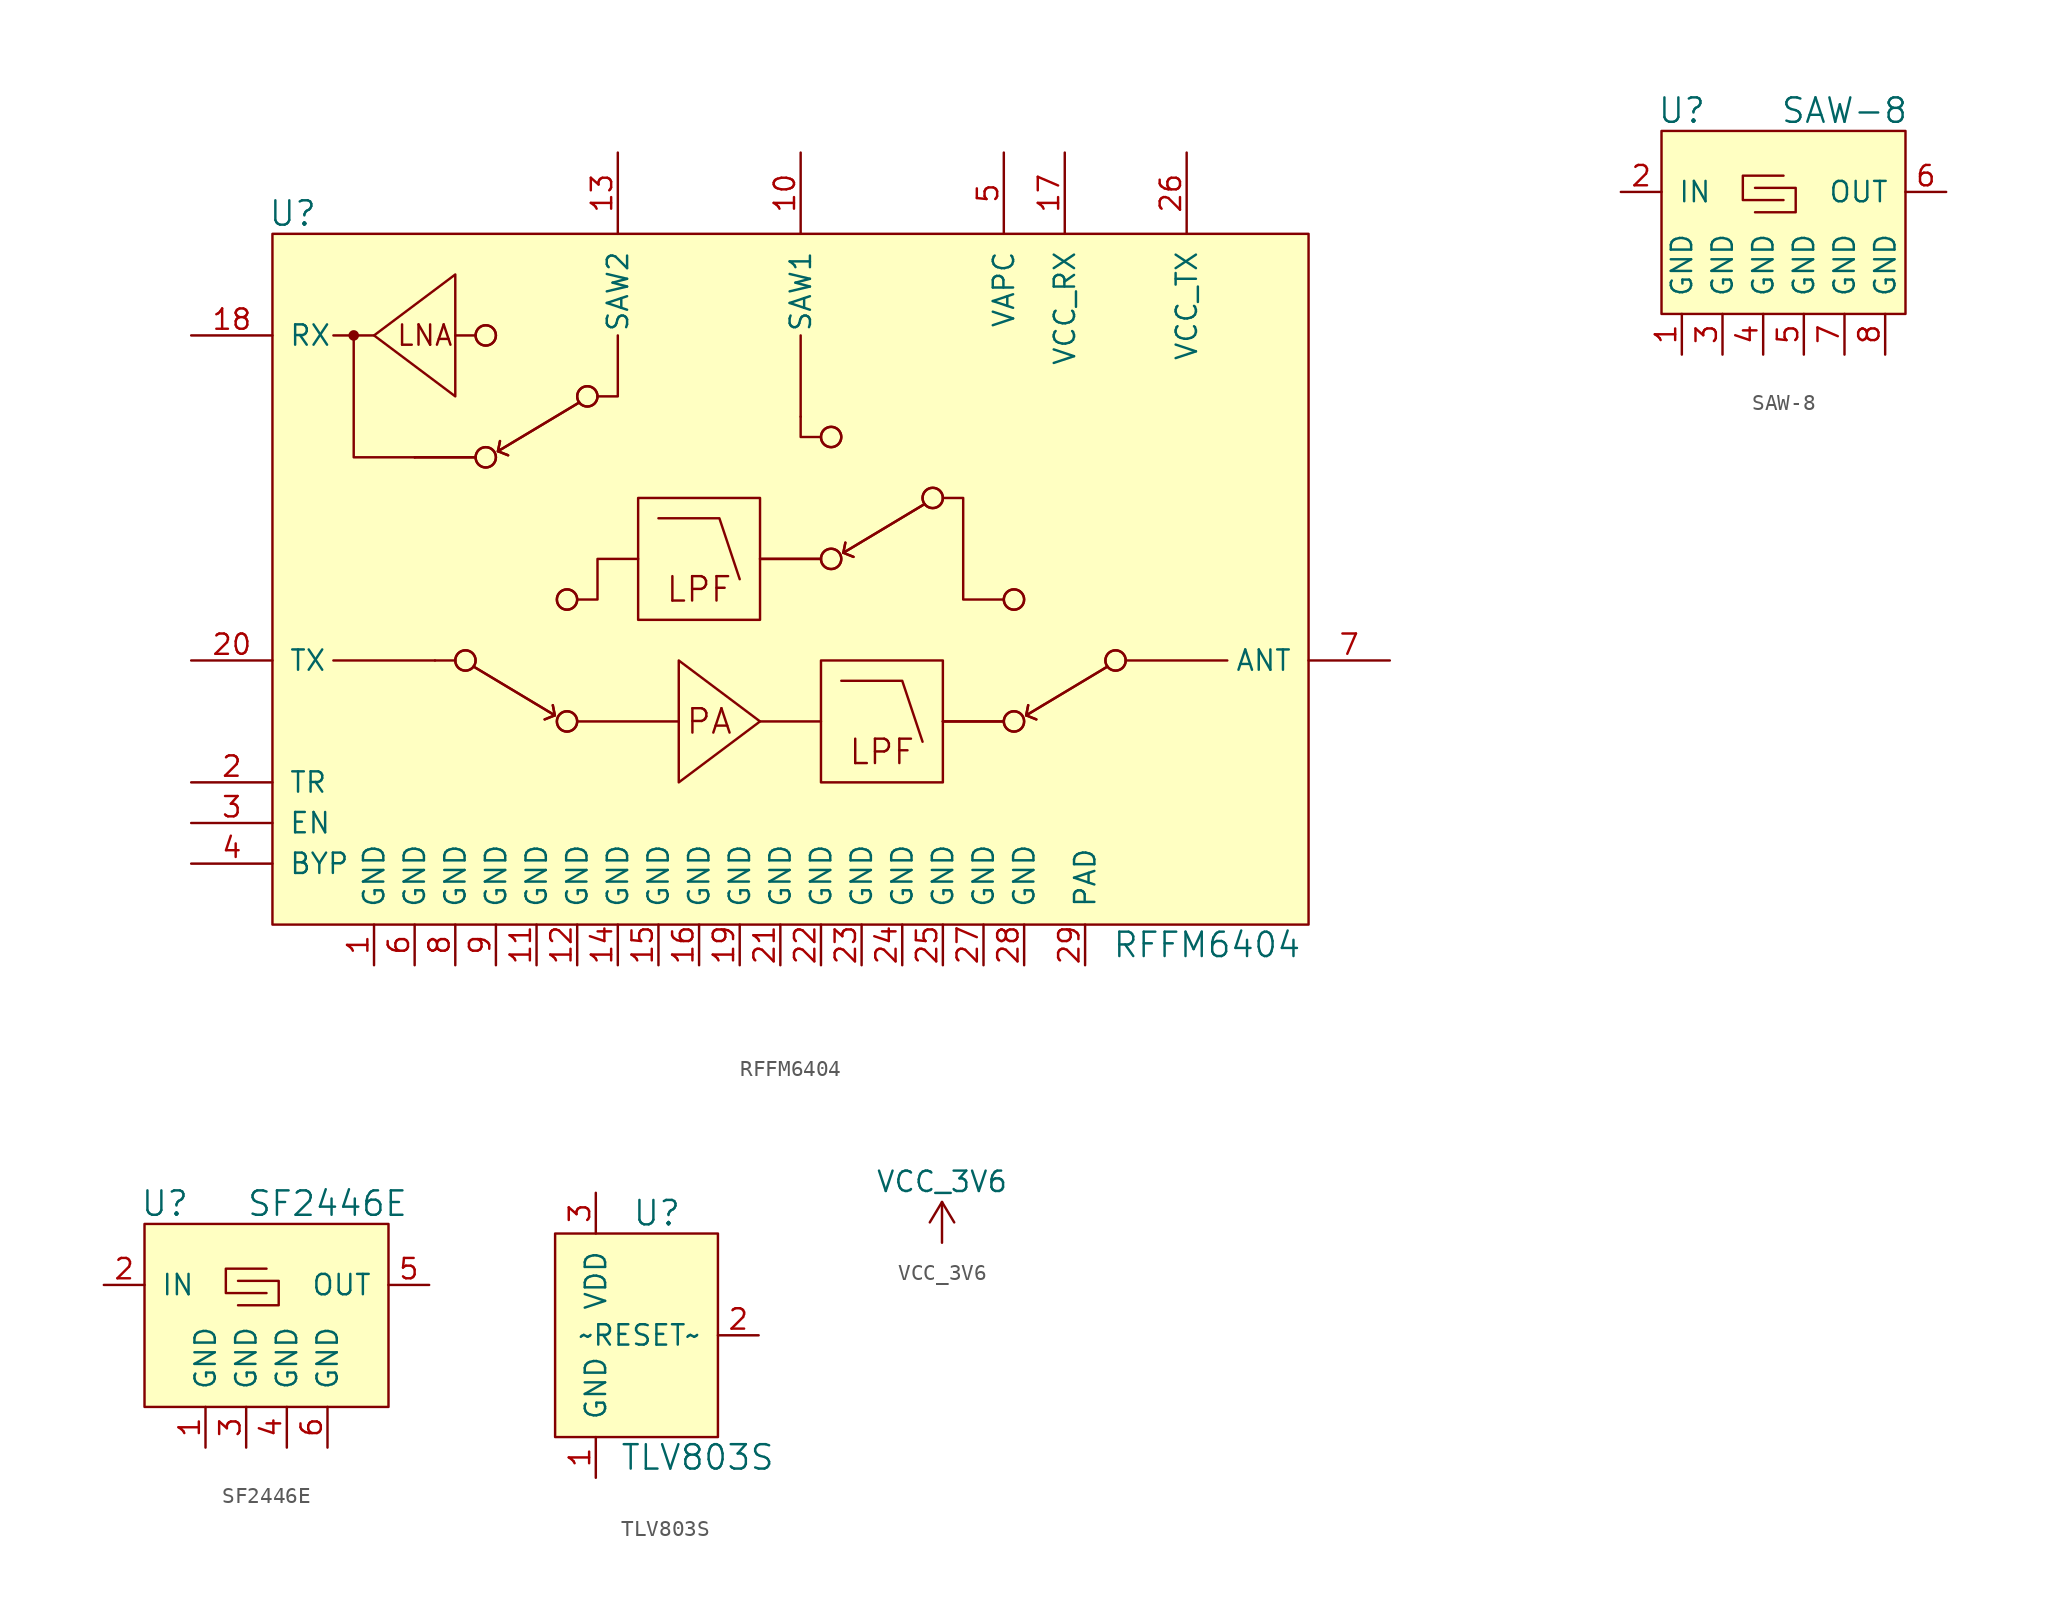
<source format=kicad_sym>
(kicad_symbol_lib
  (version 20210619)
  (generator kicad_symbol_editor)
  (symbol "openlst-hw:RFFM6404"
    (pin_names
      (offset 1.016))
    (property "Reference" "U"
      (at -30.48 22.86 0)
      (effects (font (size 1.524 1.524))))
    (property "Value" "RFFM6404"
      (at 26.67 -22.86 0)
      (effects (font (size 1.524 1.524))))
    (symbol "RFFM6404_0_0"
      (circle (center -26.67 15.24) (radius 0.254) (stroke (width 0)) (fill (type outline)))
      (text "LNA" (at -22.225 15.24 0) (effects (font (size 1.27 1.27))))
      (text "LPF" (at -5.08 -0.635 0) (effects (font (size 1.524 1.524))))
      (text "LPF" (at 6.35 -10.795 0) (effects (font (size 1.524 1.524))))
      (text "PA" (at -4.445 -8.89 0) (effects (font (size 1.524 1.524))))
      (rectangle (start -31.75 21.59) (end 33.02 -21.59) (stroke (width 0)) (fill (type background)))
      (polyline (pts (xy -25.4 15.24) (xy -27.94 15.24)) (stroke (width 0)) (fill (type none)))
      (polyline (pts (xy -22.86 7.62) (xy -19.05 7.62)) (stroke (width 0)) (fill (type none)))
      (polyline (pts (xy -22.86 7.62) (xy -19.05 7.62)) (stroke (width 0)) (fill (type none)))
      (polyline (pts (xy -21.59 -5.08) (xy -27.94 -5.08)) (stroke (width 0)) (fill (type none)))
      (polyline (pts (xy -20.32 15.24) (xy -19.05 15.24)) (stroke (width 0)) (fill (type none)))
      (polyline (pts (xy -1.27 -8.89) (xy 2.54 -8.89)) (stroke (width 0)) (fill (type none)))
      (polyline (pts (xy -1.27 1.27) (xy 2.54 1.27)) (stroke (width 0)) (fill (type none)))
      (polyline (pts (xy -1.27 1.27) (xy 2.54 1.27)) (stroke (width 0)) (fill (type none)))
      (polyline (pts (xy 1.27 10.16) (xy 1.27 15.24)) (stroke (width 0)) (fill (type none)))
      (polyline (pts (xy 10.16 -8.89) (xy 13.97 -8.89)) (stroke (width 0)) (fill (type none)))
      (polyline (pts (xy 10.16 -8.89) (xy 13.97 -8.89)) (stroke (width 0)) (fill (type none)))
      (polyline (pts (xy -22.86 7.62) (xy -26.67 7.62) (xy -26.67 15.24)) (stroke (width 0)) (fill (type none)))
      (polyline (pts (xy -11.43 11.43) (xy -10.16 11.43) (xy -10.16 15.24)) (stroke (width 0)) (fill (type none)))
      (polyline (pts (xy 2.54 8.89) (xy 1.27 8.89) (xy 1.27 10.16)) (stroke (width 0)) (fill (type none))))
    (symbol "RFFM6404_0_1"
      (circle (center -19.685 -5.08) (radius 0.635) (stroke (width 0)) (fill (type none)))
      (circle (center -19.685 -5.08) (radius 0.635) (stroke (width 0)) (fill (type none)))
      (circle (center -18.415 7.62) (radius 0.635) (stroke (width 0)) (fill (type none)))
      (circle (center -18.415 7.62) (radius 0.635) (stroke (width 0)) (fill (type none)))
      (circle (center -18.415 15.24) (radius 0.635) (stroke (width 0)) (fill (type none)))
      (circle (center -18.415 15.24) (radius 0.635) (stroke (width 0)) (fill (type none)))
      (circle (center -13.335 -8.89) (radius 0.635) (stroke (width 0)) (fill (type none)))
      (circle (center -13.335 -8.89) (radius 0.635) (stroke (width 0)) (fill (type none)))
      (circle (center -13.335 -1.27) (radius 0.635) (stroke (width 0)) (fill (type none)))
      (circle (center -13.335 -1.27) (radius 0.635) (stroke (width 0)) (fill (type none)))
      (circle (center -12.065 11.43) (radius 0.635) (stroke (width 0)) (fill (type none)))
      (circle (center -12.065 11.43) (radius 0.635) (stroke (width 0)) (fill (type none)))
      (circle (center 3.175 1.27) (radius 0.635) (stroke (width 0)) (fill (type none)))
      (circle (center 3.175 1.27) (radius 0.635) (stroke (width 0)) (fill (type none)))
      (circle (center 3.175 8.89) (radius 0.635) (stroke (width 0)) (fill (type none)))
      (circle (center 3.175 8.89) (radius 0.635) (stroke (width 0)) (fill (type none)))
      (circle (center 9.525 5.08) (radius 0.635) (stroke (width 0)) (fill (type none)))
      (circle (center 9.525 5.08) (radius 0.635) (stroke (width 0)) (fill (type none)))
      (circle (center 14.605 -8.89) (radius 0.635) (stroke (width 0)) (fill (type none)))
      (circle (center 14.605 -8.89) (radius 0.635) (stroke (width 0)) (fill (type none)))
      (circle (center 14.605 -1.27) (radius 0.635) (stroke (width 0)) (fill (type none)))
      (circle (center 14.605 -1.27) (radius 0.635) (stroke (width 0)) (fill (type none)))
      (circle (center 20.955 -5.08) (radius 0.635) (stroke (width 0)) (fill (type none)))
      (circle (center 20.955 -5.08) (radius 0.635) (stroke (width 0)) (fill (type none)))
      (rectangle (start -8.89 5.08) (end -1.27 -2.54) (stroke (width 0)) (fill (type none)))
      (rectangle (start 2.54 -5.08) (end 10.16 -12.7) (stroke (width 0)) (fill (type none)))
      (polyline (pts (xy -20.32 -5.08) (xy -21.59 -5.08)) (stroke (width 0)) (fill (type none)))
      (polyline (pts (xy -17.653 8.001) (xy -17.018 7.747)) (stroke (width 0)) (fill (type none)))
      (polyline (pts (xy -17.653 8.001) (xy -17.018 7.747)) (stroke (width 0)) (fill (type none)))
      (polyline (pts (xy -14.097 -8.509) (xy -14.732 -8.763)) (stroke (width 0)) (fill (type none)))
      (polyline (pts (xy -14.097 -8.509) (xy -14.732 -8.763)) (stroke (width 0)) (fill (type none)))
      (polyline (pts (xy -12.7 -8.89) (xy -6.35 -8.89)) (stroke (width 0)) (fill (type none)))
      (polyline (pts (xy 3.937 1.651) (xy 4.572 1.397)) (stroke (width 0)) (fill (type none)))
      (polyline (pts (xy 3.937 1.651) (xy 4.572 1.397)) (stroke (width 0)) (fill (type none)))
      (polyline (pts (xy 15.367 -8.509) (xy 16.002 -8.763)) (stroke (width 0)) (fill (type none)))
      (polyline (pts (xy 15.367 -8.509) (xy 16.002 -8.763)) (stroke (width 0)) (fill (type none)))
      (polyline (pts (xy 21.59 -5.08) (xy 27.94 -5.08)) (stroke (width 0)) (fill (type none)))
      (polyline (pts (xy -19.177 -5.461) (xy -14.097 -8.509) (xy -14.224 -7.874)) (stroke (width 0)) (fill (type none)))
      (polyline (pts (xy -19.177 -5.461) (xy -14.097 -8.509) (xy -14.224 -7.874)) (stroke (width 0)) (fill (type none)))
      (polyline (pts (xy -12.573 11.049) (xy -17.653 8.001) (xy -17.526 8.636)) (stroke (width 0)) (fill (type none)))
      (polyline (pts (xy -12.573 11.049) (xy -17.653 8.001) (xy -17.526 8.636)) (stroke (width 0)) (fill (type none)))
      (polyline (pts (xy -7.62 3.81) (xy -3.81 3.81) (xy -2.54 0)) (stroke (width 0)) (fill (type none)))
      (polyline (pts (xy 3.81 -6.35) (xy 7.62 -6.35) (xy 8.89 -10.16)) (stroke (width 0)) (fill (type none)))
      (polyline (pts (xy 9.017 4.699) (xy 3.937 1.651) (xy 4.064 2.286)) (stroke (width 0)) (fill (type none)))
      (polyline (pts (xy 9.017 4.699) (xy 3.937 1.651) (xy 4.064 2.286)) (stroke (width 0)) (fill (type none)))
      (polyline (pts (xy 20.447 -5.461) (xy 15.367 -8.509) (xy 15.494 -7.874)) (stroke (width 0)) (fill (type none)))
      (polyline (pts (xy 20.447 -5.461) (xy 15.367 -8.509) (xy 15.494 -7.874)) (stroke (width 0)) (fill (type none)))
      (polyline (pts (xy -20.32 11.43) (xy -20.32 19.05) (xy -25.4 15.24) (xy -20.32 11.43)) (stroke (width 0)) (fill (type none)))
      (polyline (pts (xy -12.7 -1.27) (xy -11.43 -1.27) (xy -11.43 1.27) (xy -8.89 1.27)) (stroke (width 0)) (fill (type none)))
      (polyline (pts (xy -6.35 -12.7) (xy -6.35 -5.08) (xy -1.27 -8.89) (xy -6.35 -12.7)) (stroke (width 0)) (fill (type none)))
      (polyline (pts (xy 13.97 -1.27) (xy 11.43 -1.27) (xy 11.43 5.08) (xy 10.16 5.08)) (stroke (width 0)) (fill (type none))))
    (symbol "RFFM6404_1_1"
      (pin power_in line (at -25.4 -24.13 90) (length 2.54) (name "GND" (effects (font (size 1.27 1.27)))) (number "1" (effects (font (size 1.27 1.27)))))
      (pin passive line (at 1.27 26.67 270) (length 5.08) (name "SAW1" (effects (font (size 1.27 1.27)))) (number "10" (effects (font (size 1.27 1.27)))))
      (pin power_in line (at -15.24 -24.13 90) (length 2.54) (name "GND" (effects (font (size 1.27 1.27)))) (number "11" (effects (font (size 1.27 1.27)))))
      (pin power_in line (at -12.7 -24.13 90) (length 2.54) (name "GND" (effects (font (size 1.27 1.27)))) (number "12" (effects (font (size 1.27 1.27)))))
      (pin passive line (at -10.16 26.67 270) (length 5.08) (name "SAW2" (effects (font (size 1.27 1.27)))) (number "13" (effects (font (size 1.27 1.27)))))
      (pin power_in line (at -10.16 -24.13 90) (length 2.54) (name "GND" (effects (font (size 1.27 1.27)))) (number "14" (effects (font (size 1.27 1.27)))))
      (pin power_in line (at -7.62 -24.13 90) (length 2.54) (name "GND" (effects (font (size 1.27 1.27)))) (number "15" (effects (font (size 1.27 1.27)))))
      (pin power_in line (at -5.08 -24.13 90) (length 2.54) (name "GND" (effects (font (size 1.27 1.27)))) (number "16" (effects (font (size 1.27 1.27)))))
      (pin power_in line (at 17.78 26.67 270) (length 5.08) (name "VCC_RX" (effects (font (size 1.27 1.27)))) (number "17" (effects (font (size 1.27 1.27)))))
      (pin output line (at -36.83 15.24 0) (length 5.08) (name "RX" (effects (font (size 1.27 1.27)))) (number "18" (effects (font (size 1.27 1.27)))))
      (pin power_in line (at -2.54 -24.13 90) (length 2.54) (name "GND" (effects (font (size 1.27 1.27)))) (number "19" (effects (font (size 1.27 1.27)))))
      (pin input line (at -36.83 -12.7 0) (length 5.08) (name "TR" (effects (font (size 1.27 1.27)))) (number "2" (effects (font (size 1.27 1.27)))))
      (pin input line (at -36.83 -5.08 0) (length 5.08) (name "TX" (effects (font (size 1.27 1.27)))) (number "20" (effects (font (size 1.27 1.27)))))
      (pin power_in line (at 0 -24.13 90) (length 2.54) (name "GND" (effects (font (size 1.27 1.27)))) (number "21" (effects (font (size 1.27 1.27)))))
      (pin power_in line (at 2.54 -24.13 90) (length 2.54) (name "GND" (effects (font (size 1.27 1.27)))) (number "22" (effects (font (size 1.27 1.27)))))
      (pin power_in line (at 5.08 -24.13 90) (length 2.54) (name "GND" (effects (font (size 1.27 1.27)))) (number "23" (effects (font (size 1.27 1.27)))))
      (pin power_in line (at 7.62 -24.13 90) (length 2.54) (name "GND" (effects (font (size 1.27 1.27)))) (number "24" (effects (font (size 1.27 1.27)))))
      (pin power_in line (at 10.16 -24.13 90) (length 2.54) (name "GND" (effects (font (size 1.27 1.27)))) (number "25" (effects (font (size 1.27 1.27)))))
      (pin power_in line (at 25.4 26.67 270) (length 5.08) (name "VCC_TX" (effects (font (size 1.27 1.27)))) (number "26" (effects (font (size 1.27 1.27)))))
      (pin power_in line (at 12.7 -24.13 90) (length 2.54) (name "GND" (effects (font (size 1.27 1.27)))) (number "27" (effects (font (size 1.27 1.27)))))
      (pin power_in line (at 15.24 -24.13 90) (length 2.54) (name "GND" (effects (font (size 1.27 1.27)))) (number "28" (effects (font (size 1.27 1.27)))))
      (pin power_in line (at 19.05 -24.13 90) (length 2.54) (name "PAD" (effects (font (size 1.27 1.27)))) (number "29" (effects (font (size 1.27 1.27)))))
      (pin input line (at -36.83 -15.24 0) (length 5.08) (name "EN" (effects (font (size 1.27 1.27)))) (number "3" (effects (font (size 1.27 1.27)))))
      (pin input line (at -36.83 -17.78 0) (length 5.08) (name "BYP" (effects (font (size 1.27 1.27)))) (number "4" (effects (font (size 1.27 1.27)))))
      (pin input line (at 13.97 26.67 270) (length 5.08) (name "VAPC" (effects (font (size 1.27 1.27)))) (number "5" (effects (font (size 1.27 1.27)))))
      (pin power_in line (at -22.86 -24.13 90) (length 2.54) (name "GND" (effects (font (size 1.27 1.27)))) (number "6" (effects (font (size 1.27 1.27)))))
      (pin bidirectional line (at 38.1 -5.08 180) (length 5.08) (name "ANT" (effects (font (size 1.27 1.27)))) (number "7" (effects (font (size 1.27 1.27)))))
      (pin power_in line (at -20.32 -24.13 90) (length 2.54) (name "GND" (effects (font (size 1.27 1.27)))) (number "8" (effects (font (size 1.27 1.27)))))
      (pin power_in line (at -17.78 -24.13 90) (length 2.54) (name "GND" (effects (font (size 1.27 1.27)))) (number "9" (effects (font (size 1.27 1.27)))))))
  (symbol "openlst-hw:SAW-8"
    (pin_names
      (offset 1.016))
    (property "Reference" "U"
      (at -6.35 6.35 0)
      (effects (font (size 1.524 1.524))))
    (property "Value" "SAW-8"
      (at 3.81 6.35 0)
      (effects (font (size 1.524 1.524))))
    (symbol "SAW-8_0_1"
      (rectangle (start -7.62 -6.35) (end 7.62 5.08) (stroke (width 0)) (fill (type background)))
      (polyline (pts (xy -1.778 1.524) (xy 0.762 1.524) (xy 0.762 0) (xy -1.778 0)) (stroke (width 0)) (fill (type none)))
      (polyline (pts (xy 0 2.286) (xy -2.54 2.286) (xy -2.54 0.762) (xy 0 0.762)) (stroke (width 0)) (fill (type none))))
    (symbol "SAW-8_1_1"
      (pin passive line (at -6.35 -8.89 90) (length 2.54) (name "GND" (effects (font (size 1.27 1.27)))) (number "1" (effects (font (size 1.27 1.27)))))
      (pin passive line (at -10.16 1.27 0) (length 2.54) (name "IN" (effects (font (size 1.27 1.27)))) (number "2" (effects (font (size 1.27 1.27)))))
      (pin passive line (at -3.81 -8.89 90) (length 2.54) (name "GND" (effects (font (size 1.27 1.27)))) (number "3" (effects (font (size 1.27 1.27)))))
      (pin passive line (at -1.27 -8.89 90) (length 2.54) (name "GND" (effects (font (size 1.27 1.27)))) (number "4" (effects (font (size 1.27 1.27)))))
      (pin passive line (at 1.27 -8.89 90) (length 2.54) (name "GND" (effects (font (size 1.27 1.27)))) (number "5" (effects (font (size 1.27 1.27)))))
      (pin passive line (at 10.16 1.27 180) (length 2.54) (name "OUT" (effects (font (size 1.27 1.27)))) (number "6" (effects (font (size 1.27 1.27)))))
      (pin passive line (at 3.81 -8.89 90) (length 2.54) (name "GND" (effects (font (size 1.27 1.27)))) (number "7" (effects (font (size 1.27 1.27)))))
      (pin passive line (at 6.35 -8.89 90) (length 2.54) (name "GND" (effects (font (size 1.27 1.27)))) (number "8" (effects (font (size 1.27 1.27)))))))
  (symbol "openlst-hw:SF2446E"
    (pin_names
      (offset 1.016))
    (property "Reference" "U"
      (at -6.35 6.35 0)
      (effects (font (size 1.524 1.524))))
    (property "Value" "SF2446E"
      (at 3.81 6.35 0)
      (effects (font (size 1.524 1.524))))
    (symbol "SF2446E_0_1"
      (rectangle (start -7.62 -6.35) (end 7.62 5.08) (stroke (width 0)) (fill (type background)))
      (polyline (pts (xy -1.778 1.524) (xy 0.762 1.524) (xy 0.762 0) (xy -1.778 0)) (stroke (width 0)) (fill (type none)))
      (polyline (pts (xy 0 2.286) (xy -2.54 2.286) (xy -2.54 0.762) (xy 0 0.762)) (stroke (width 0)) (fill (type none))))
    (symbol "SF2446E_1_1"
      (pin passive line (at -3.81 -8.89 90) (length 2.54) (name "GND" (effects (font (size 1.27 1.27)))) (number "1" (effects (font (size 1.27 1.27)))))
      (pin passive line (at -10.16 1.27 0) (length 2.54) (name "IN" (effects (font (size 1.27 1.27)))) (number "2" (effects (font (size 1.27 1.27)))))
      (pin passive line (at -1.27 -8.89 90) (length 2.54) (name "GND" (effects (font (size 1.27 1.27)))) (number "3" (effects (font (size 1.27 1.27)))))
      (pin passive line (at 1.27 -8.89 90) (length 2.54) (name "GND" (effects (font (size 1.27 1.27)))) (number "4" (effects (font (size 1.27 1.27)))))
      (pin passive line (at 10.16 1.27 180) (length 2.54) (name "OUT" (effects (font (size 1.27 1.27)))) (number "5" (effects (font (size 1.27 1.27)))))
      (pin passive line (at 3.81 -8.89 90) (length 2.54) (name "GND" (effects (font (size 1.27 1.27)))) (number "6" (effects (font (size 1.27 1.27)))))))
  (symbol "openlst-hw:TLV803S"
    (pin_names
      (offset 1.016))
    (property "Reference" "U"
      (at 3.81 7.62 0)
      (effects (font (size 1.524 1.524))))
    (property "Value" "TLV803S"
      (at 6.35 -7.62 0)
      (effects (font (size 1.524 1.524))))
    (symbol "TLV803S_0_0"
      (rectangle (start -2.54 6.35) (end 7.62 -6.35) (stroke (width 0)) (fill (type background))))
    (symbol "TLV803S_1_1"
      (pin passive line (at 0 -8.89 90) (length 2.54) (name "GND" (effects (font (size 1.27 1.27)))) (number "1" (effects (font (size 1.27 1.27)))))
      (pin passive line (at 10.16 0 180) (length 2.54) (name "~RESET~" (effects (font (size 1.27 1.27)))) (number "2" (effects (font (size 1.27 1.27)))))
      (pin passive line (at 0 8.89 270) (length 2.54) (name "VDD" (effects (font (size 1.27 1.27)))) (number "3" (effects (font (size 1.27 1.27)))))))
  (symbol "openlst-hw:VCC_3V6"
    (power)
    (pin_names
      (offset 0))
    (property "Reference" "#PWR"
      (at 0 -3.81 0)
      (effects (font (size 1.27 1.27)) hide))
    (property "Value" "VCC_3V6"
      (at 0 3.81 0)
      (effects (font (size 1.27 1.27))))
    (symbol "VCC_3V6_0_1"
      (polyline (pts (xy -0.762 1.27) (xy 0 2.54)) (stroke (width 0)) (fill (type none)))
      (polyline (pts (xy 0 0) (xy 0 2.54)) (stroke (width 0)) (fill (type none)))
      (polyline (pts (xy 0 2.54) (xy 0.762 1.27)) (stroke (width 0)) (fill (type none))))
    (symbol "VCC_3V6_1_1"
      (pin power_in line (at 0 0 90) (length 0) hide (name "VCC_3V6" (effects (font (size 1.27 1.27)))) (number "1" (effects (font (size 1.27 1.27))))))))
</source>
